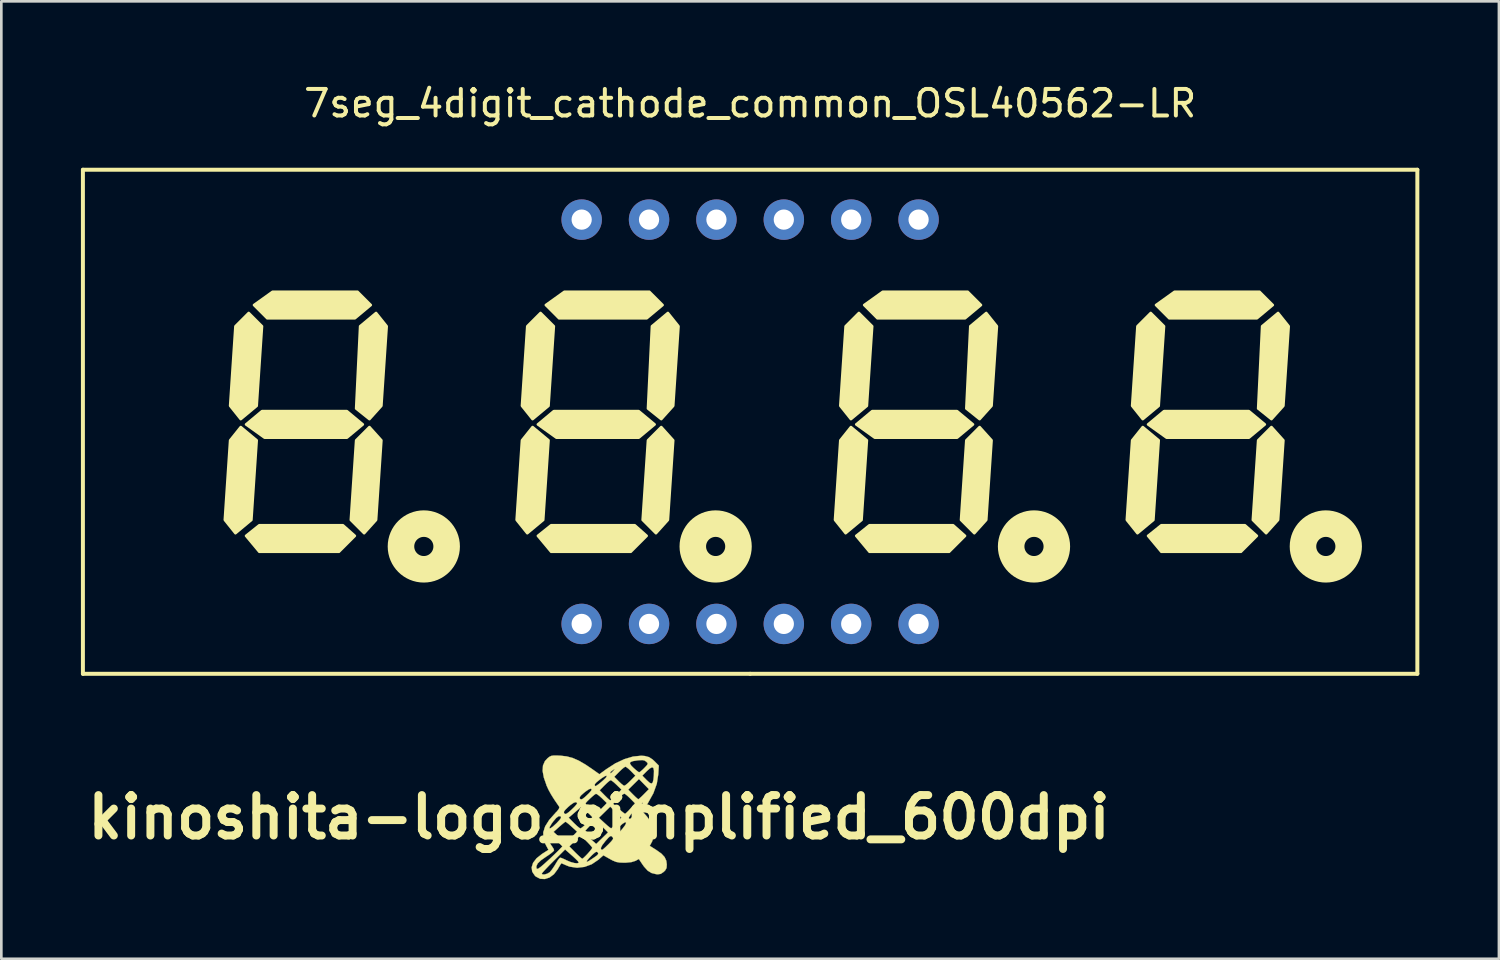
<source format=kicad_pcb>
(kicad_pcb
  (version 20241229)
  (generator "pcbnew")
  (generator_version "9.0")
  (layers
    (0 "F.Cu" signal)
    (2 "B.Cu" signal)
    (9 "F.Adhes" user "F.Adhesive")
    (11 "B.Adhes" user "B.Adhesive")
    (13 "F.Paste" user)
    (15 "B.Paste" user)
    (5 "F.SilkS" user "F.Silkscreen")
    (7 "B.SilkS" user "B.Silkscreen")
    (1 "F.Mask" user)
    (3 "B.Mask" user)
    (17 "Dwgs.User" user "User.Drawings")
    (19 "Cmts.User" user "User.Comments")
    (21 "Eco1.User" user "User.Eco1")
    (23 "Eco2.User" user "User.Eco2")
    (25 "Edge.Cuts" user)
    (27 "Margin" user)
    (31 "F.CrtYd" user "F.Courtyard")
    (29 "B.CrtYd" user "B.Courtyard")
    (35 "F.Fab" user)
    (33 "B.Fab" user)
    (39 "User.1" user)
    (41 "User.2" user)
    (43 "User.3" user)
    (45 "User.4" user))
  (footprint "7seg_4digit_cathode_common_OSL40562-LR"
    (layer "F.Cu")
    (at 25.225 12.848)
    (property "Reference" "7seg_4digit_cathode_common_OSL40562-LR" (at 0 -12 0) (layer "F.SilkS") (effects (font (size 1 1) (thickness 0.15))))
    (attr through_hole)
    (fp_line (start -25.15 -9.5) (end -25.15 9.5) (stroke (width 0.15) (type solid)) (layer "F.SilkS"))
    (fp_line (start -25.15 9.5) (end 0 9.5) (stroke (width 0.15) (type solid)) (layer "F.SilkS"))
    (fp_line (start 0 9.5) (end 25.15 9.5) (stroke (width 0.15) (type solid)) (layer "F.SilkS"))
    (fp_line (start 25.15 -9.5) (end -25.15 -9.5) (stroke (width 0.15) (type solid)) (layer "F.SilkS"))
    (fp_line (start 25.15 9.5) (end 25.15 -9.5) (stroke (width 0.15) (type solid)) (layer "F.SilkS"))
    (fp_circle (center -12.3 4.7) (end -11.939 4.7) (stroke (width 1) (type solid)) (fill no) (layer "F.SilkS"))
    (fp_circle (center -1.3 4.7) (end -0.939 4.7) (stroke (width 1) (type solid)) (fill no) (layer "F.SilkS"))
    (fp_circle (center 10.7 4.7) (end 11.061 4.7) (stroke (width 1) (type solid)) (fill no) (layer "F.SilkS"))
    (fp_circle (center 21.7 4.7) (end 22.061 4.7) (stroke (width 1) (type solid)) (fill no) (layer "F.SilkS"))
    (fp_poly (pts (xy -19.8 3.7) (xy -19.4 4.2) (xy -18.8 3.7) (xy -18.6 0.7) (xy -19.2 0.2) (xy -19.6 0.7)) (stroke (width 0.1) (type solid)) (fill yes) (layer "F.SilkS"))
    (fp_poly (pts (xy -19.6 -0.6) (xy -19.2 -0.1) (xy -18.6 -0.6) (xy -18.4 -3.6) (xy -18.9 -4.1) (xy -19.4 -3.6)) (stroke (width 0.1) (type solid)) (fill yes) (layer "F.SilkS"))
    (fp_poly (pts (xy -18.5 3.9) (xy -19 4.3) (xy -18.5 4.9) (xy -15.5 4.9) (xy -14.9 4.3) (xy -15.35 3.9)) (stroke (width 0.1) (type solid)) (fill yes) (layer "F.SilkS"))
    (fp_poly (pts (xy -18.4 -0.4) (xy -19 0.1) (xy -18.3 0.6) (xy -15.2 0.6) (xy -14.6 0.1) (xy -15.2 -0.4)) (stroke (width 0.1) (type solid)) (fill yes) (layer "F.SilkS"))
    (fp_poly (pts (xy -18 -4.9) (xy -18.7 -4.4) (xy -18.2 -3.9) (xy -14.9 -3.9) (xy -14.3 -4.4) (xy -14.8 -4.9)) (stroke (width 0.1) (type solid)) (fill yes) (layer "F.SilkS"))
    (fp_poly (pts (xy -15.05 3.7) (xy -14.55 4.2) (xy -14.1 3.7) (xy -13.9 0.7) (xy -14.35 0.2) (xy -14.85 0.7)) (stroke (width 0.1) (type solid)) (fill yes) (layer "F.SilkS"))
    (fp_poly (pts (xy -13.7 -3.6) (xy -14.1 -4.1) (xy -14.7 -3.6) (xy -14.85 -0.5) (xy -14.35 -0.1) (xy -13.9 -0.6)) (stroke (width 0.1) (type solid)) (fill yes) (layer "F.SilkS"))
    (fp_poly (pts (xy -8.8 3.7) (xy -8.4 4.2) (xy -7.8 3.7) (xy -7.6 0.7) (xy -8.2 0.2) (xy -8.6 0.7)) (stroke (width 0.1) (type solid)) (fill yes) (layer "F.SilkS"))
    (fp_poly (pts (xy -8.6 -0.6) (xy -8.2 -0.1) (xy -7.6 -0.6) (xy -7.4 -3.6) (xy -7.9 -4.1) (xy -8.4 -3.6)) (stroke (width 0.1) (type solid)) (fill yes) (layer "F.SilkS"))
    (fp_poly (pts (xy -7.5 3.9) (xy -8 4.3) (xy -7.5 4.9) (xy -4.5 4.9) (xy -3.9 4.3) (xy -4.35 3.9)) (stroke (width 0.1) (type solid)) (fill yes) (layer "F.SilkS"))
    (fp_poly (pts (xy -7.4 -0.4) (xy -8 0.1) (xy -7.3 0.6) (xy -4.2 0.6) (xy -3.6 0.1) (xy -4.2 -0.4)) (stroke (width 0.1) (type solid)) (fill yes) (layer "F.SilkS"))
    (fp_poly (pts (xy -7 -4.9) (xy -7.7 -4.4) (xy -7.2 -3.9) (xy -3.9 -3.9) (xy -3.3 -4.4) (xy -3.8 -4.9)) (stroke (width 0.1) (type solid)) (fill yes) (layer "F.SilkS"))
    (fp_poly (pts (xy -4.05 3.7) (xy -3.55 4.2) (xy -3.1 3.7) (xy -2.9 0.7) (xy -3.35 0.2) (xy -3.85 0.7)) (stroke (width 0.1) (type solid)) (fill yes) (layer "F.SilkS"))
    (fp_poly (pts (xy -2.7 -3.6) (xy -3.1 -4.1) (xy -3.7 -3.6) (xy -3.85 -0.5) (xy -3.35 -0.1) (xy -2.9 -0.6)) (stroke (width 0.1) (type solid)) (fill yes) (layer "F.SilkS"))
    (fp_poly (pts (xy 3.2 3.7) (xy 3.6 4.2) (xy 4.2 3.7) (xy 4.4 0.7) (xy 3.8 0.2) (xy 3.4 0.7)) (stroke (width 0.1) (type solid)) (fill yes) (layer "F.SilkS"))
    (fp_poly (pts (xy 3.4 -0.6) (xy 3.8 -0.1) (xy 4.4 -0.6) (xy 4.6 -3.6) (xy 4.1 -4.1) (xy 3.6 -3.6)) (stroke (width 0.1) (type solid)) (fill yes) (layer "F.SilkS"))
    (fp_poly (pts (xy 4.5 3.9) (xy 4 4.3) (xy 4.5 4.9) (xy 7.5 4.9) (xy 8.1 4.3) (xy 7.65 3.9)) (stroke (width 0.1) (type solid)) (fill yes) (layer "F.SilkS"))
    (fp_poly (pts (xy 4.6 -0.4) (xy 4 0.1) (xy 4.7 0.6) (xy 7.8 0.6) (xy 8.4 0.1) (xy 7.8 -0.4)) (stroke (width 0.1) (type solid)) (fill yes) (layer "F.SilkS"))
    (fp_poly (pts (xy 5 -4.9) (xy 4.3 -4.4) (xy 4.8 -3.9) (xy 8.1 -3.9) (xy 8.7 -4.4) (xy 8.2 -4.9)) (stroke (width 0.1) (type solid)) (fill yes) (layer "F.SilkS"))
    (fp_poly (pts (xy 7.95 3.7) (xy 8.45 4.2) (xy 8.9 3.7) (xy 9.1 0.7) (xy 8.65 0.2) (xy 8.15 0.7)) (stroke (width 0.1) (type solid)) (fill yes) (layer "F.SilkS"))
    (fp_poly (pts (xy 9.3 -3.6) (xy 8.9 -4.1) (xy 8.3 -3.6) (xy 8.15 -0.5) (xy 8.65 -0.1) (xy 9.1 -0.6)) (stroke (width 0.1) (type solid)) (fill yes) (layer "F.SilkS"))
    (fp_poly (pts (xy 14.2 3.7) (xy 14.6 4.2) (xy 15.2 3.7) (xy 15.4 0.7) (xy 14.8 0.2) (xy 14.4 0.7)) (stroke (width 0.1) (type solid)) (fill yes) (layer "F.SilkS"))
    (fp_poly (pts (xy 14.4 -0.6) (xy 14.8 -0.1) (xy 15.4 -0.6) (xy 15.6 -3.6) (xy 15.1 -4.1) (xy 14.6 -3.6)) (stroke (width 0.1) (type solid)) (fill yes) (layer "F.SilkS"))
    (fp_poly (pts (xy 15.5 3.9) (xy 15 4.3) (xy 15.5 4.9) (xy 18.5 4.9) (xy 19.1 4.3) (xy 18.65 3.9)) (stroke (width 0.1) (type solid)) (fill yes) (layer "F.SilkS"))
    (fp_poly (pts (xy 15.6 -0.4) (xy 15 0.1) (xy 15.7 0.6) (xy 18.8 0.6) (xy 19.4 0.1) (xy 18.8 -0.4)) (stroke (width 0.1) (type solid)) (fill yes) (layer "F.SilkS"))
    (fp_poly (pts (xy 16 -4.9) (xy 15.3 -4.4) (xy 15.8 -3.9) (xy 19.1 -3.9) (xy 19.7 -4.4) (xy 19.2 -4.9)) (stroke (width 0.1) (type solid)) (fill yes) (layer "F.SilkS"))
    (fp_poly (pts (xy 18.95 3.7) (xy 19.45 4.2) (xy 19.9 3.7) (xy 20.1 0.7) (xy 19.65 0.2) (xy 19.15 0.7)) (stroke (width 0.1) (type solid)) (fill yes) (layer "F.SilkS"))
    (fp_poly (pts (xy 20.3 -3.6) (xy 19.9 -4.1) (xy 19.3 -3.6) (xy 19.15 -0.5) (xy 19.65 -0.1) (xy 20.1 -0.6)) (stroke (width 0.1) (type solid)) (fill yes) (layer "F.SilkS"))
    (pad "1" thru_hole circle (at -6.35 7.62) (size 1.524 1.524) (drill 0.762) (layers "*.Cu" "*.Mask"))
    (pad "2" thru_hole circle (at -3.81 7.62) (size 1.524 1.524) (drill 0.762) (layers "*.Cu" "*.Mask"))
    (pad "3" thru_hole circle (at -1.27 7.62) (size 1.524 1.524) (drill 0.762) (layers "*.Cu" "*.Mask"))
    (pad "4" thru_hole circle (at 1.27 7.62) (size 1.524 1.524) (drill 0.762) (layers "*.Cu" "*.Mask"))
    (pad "5" thru_hole circle (at 3.81 7.62) (size 1.524 1.524) (drill 0.762) (layers "*.Cu" "*.Mask"))
    (pad "6" thru_hole circle (at 6.35 7.62) (size 1.524 1.524) (drill 0.762) (layers "*.Cu" "*.Mask"))
    (pad "7" thru_hole circle (at 6.35 -7.62) (size 1.524 1.524) (drill 0.762) (layers "*.Cu" "*.Mask"))
    (pad "8" thru_hole circle (at 3.81 -7.62) (size 1.524 1.524) (drill 0.762) (layers "*.Cu" "*.Mask"))
    (pad "9" thru_hole circle (at 1.27 -7.62) (size 1.524 1.524) (drill 0.762) (layers "*.Cu" "*.Mask"))
    (pad "10" thru_hole circle (at -1.27 -7.62) (size 1.524 1.524) (drill 0.762) (layers "*.Cu" "*.Mask"))
    (pad "11" thru_hole circle (at -3.81 -7.62) (size 1.524 1.524) (drill 0.762) (layers "*.Cu" "*.Mask"))
    (pad "12" thru_hole circle (at -6.35 -7.62) (size 1.524 1.524) (drill 0.762) (layers "*.Cu" "*.Mask")))
  (footprint "kinoshita-logo_simplified_600dpi"
    (layer "F.Cu")
    (at 19.529 27.754)
    (property "Reference" "kinoshita-logo_simplified_600dpi" (at 0 0 0) (layer "F.SilkS") (effects (font (size 1.524 1.524) (thickness 0.3))))
    (attr through_hole)
    (fp_poly (pts (xy -1.572 -2.325) (xy -1.456 -2.32) (xy -1.218 -2.293) (xy -0.993 -2.233) (xy -0.761 -2.132) (xy -0.506 -1.983) (xy -0.278 -1.829) (xy 0.016 -1.621) (xy 0.101 -1.683) (xy 0.423 -1.683) (xy 0.435 -1.654) (xy 0.477 -1.682) (xy 0.533 -1.742) (xy 0.587 -1.804) (xy 0.581 -1.811) (xy 0.519 -1.774) (xy 0.447 -1.719) (xy 0.423 -1.683) (xy 0.101 -1.683) (xy 0.265 -1.804) (xy 0.606 -2.024) (xy 1.165 -2.024) (xy 1.217 -1.943) (xy 1.3 -1.86) (xy 1.402 -1.77) (xy 1.482 -1.709) (xy 1.514 -1.693) (xy 1.561 -1.721) (xy 1.644 -1.793) (xy 1.707 -1.855) (xy 1.797 -1.95) (xy 1.834 -2.006) (xy 1.826 -2.047) (xy 1.78 -2.094) (xy 1.715 -2.138) (xy 1.63 -2.154) (xy 1.498 -2.147) (xy 1.451 -2.142) (xy 1.277 -2.115) (xy 1.183 -2.079) (xy 1.165 -2.024) (xy 0.606 -2.024) (xy 0.609 -2.026) (xy 0.952 -2.188) (xy 1.283 -2.287) (xy 1.59 -2.318) (xy 1.731 -2.307) (xy 1.885 -2.265) (xy 2.019 -2.177) (xy 2.089 -2.112) (xy 2.254 -1.946) (xy 2.234 -1.619) (xy 2.178 -1.262) (xy 2.049 -0.904) (xy 1.844 -0.535) (xy 1.816 -0.493) (xy 1.734 -0.365) (xy 1.675 -0.266) (xy 1.651 -0.214) (xy 1.651 -0.213) (xy 1.679 -0.165) (xy 1.741 -0.102) (xy 1.812 -0.02) (xy 1.899 0.104) (xy 1.952 0.191) (xy 2.05 0.433) (xy 2.069 0.672) (xy 2.008 0.899) (xy 1.992 0.931) (xy 1.913 1.079) (xy 2.16 1.235) (xy 2.352 1.372) (xy 2.473 1.502) (xy 2.537 1.643) (xy 2.555 1.783) (xy 2.545 1.914) (xy 2.493 2.007) (xy 2.436 2.062) (xy 2.329 2.135) (xy 2.216 2.152) (xy 2.15 2.146) (xy 1.977 2.102) (xy 1.834 2.013) (xy 1.698 1.863) (xy 1.64 1.782) (xy 1.501 1.575) (xy 1.375 1.644) (xy 1.226 1.691) (xy 1.01 1.713) (xy 0.953 1.714) (xy 0.776 1.708) (xy 0.644 1.684) (xy 0.514 1.631) (xy 0.411 1.575) (xy 0.165 1.436) (xy -0.026 1.604) (xy -0.272 1.771) (xy -0.545 1.872) (xy -0.828 1.904) (xy -1.102 1.864) (xy -1.222 1.819) (xy -1.332 1.77) (xy -1.404 1.74) (xy -1.419 1.736) (xy -1.444 1.769) (xy -1.498 1.857) (xy -1.559 1.962) (xy -1.698 2.147) (xy -1.863 2.271) (xy -2.041 2.33) (xy -2.218 2.321) (xy -2.379 2.238) (xy -2.416 2.205) (xy -2.469 2.126) (xy -2.159 2.126) (xy -2.126 2.159) (xy -2.047 2.157) (xy -1.949 2.128) (xy -1.862 2.076) (xy -1.848 2.063) (xy -1.773 1.972) (xy -1.684 1.841) (xy -1.627 1.746) (xy -1.555 1.628) (xy -1.493 1.548) (xy -1.46 1.524) (xy -1.402 1.542) (xy -1.295 1.588) (xy -1.21 1.63) (xy -1.069 1.689) (xy -0.934 1.726) (xy -0.827 1.737) (xy -0.767 1.718) (xy -0.762 1.703) (xy -0.791 1.662) (xy -0.466 1.662) (xy -0.458 1.68) (xy -0.428 1.673) (xy -0.36 1.634) (xy -0.242 1.556) (xy -0.178 1.513) (xy -0.072 1.436) (xy -0.03 1.383) (xy -0.039 1.338) (xy -0.047 1.328) (xy -0.084 1.302) (xy -0.135 1.317) (xy -0.214 1.381) (xy -0.282 1.446) (xy -0.379 1.547) (xy -0.446 1.627) (xy -0.466 1.662) (xy -0.791 1.662) (xy -0.792 1.661) (xy -0.871 1.58) (xy -0.983 1.475) (xy -1.02 1.443) (xy -1.278 1.216) (xy -1.718 1.655) (xy -1.874 1.812) (xy -2.005 1.949) (xy -2.102 2.054) (xy -2.153 2.116) (xy -2.159 2.126) (xy -2.469 2.126) (xy -2.518 2.053) (xy -2.54 1.888) (xy -2.527 1.85) (xy -2.363 1.85) (xy -2.355 1.928) (xy -2.331 1.95) (xy -2.283 1.934) (xy -2.2 1.875) (xy -2.072 1.766) (xy -2 1.701) (xy -1.843 1.558) (xy -1.693 1.416) (xy -1.572 1.299) (xy -1.525 1.252) (xy -1.381 1.101) (xy -1.119 1.101) (xy -0.889 1.334) (xy -0.776 1.444) (xy -0.687 1.526) (xy -0.635 1.565) (xy -0.631 1.566) (xy -0.59 1.538) (xy -0.511 1.463) (xy -0.429 1.377) (xy -0.336 1.271) (xy -0.273 1.189) (xy -0.257 1.159) (xy 0.069 1.159) (xy 0.08 1.217) (xy 0.121 1.228) (xy 0.163 1.2) (xy 0.247 1.126) (xy 0.354 1.022) (xy 0.36 1.016) (xy 0.468 0.903) (xy 0.522 0.832) (xy 0.533 0.784) (xy 0.508 0.744) (xy 0.502 0.738) (xy 0.462 0.709) (xy 0.42 0.715) (xy 0.359 0.766) (xy 0.264 0.872) (xy 0.235 0.905) (xy 0.121 1.054) (xy 0.069 1.159) (xy -0.257 1.159) (xy -0.254 1.153) (xy -0.282 1.109) (xy -0.356 1.023) (xy -0.461 0.914) (xy -0.478 0.898) (xy -0.701 0.677) (xy -0.91 0.889) (xy -1.119 1.101) (xy -1.381 1.101) (xy -1.379 1.099) (xy -1.597 0.881) (xy -1.714 0.768) (xy -1.791 0.71) (xy -1.843 0.697) (xy -1.879 0.716) (xy -1.916 0.798) (xy -1.885 0.92) (xy -1.789 1.075) (xy -1.777 1.09) (xy -1.718 1.18) (xy -1.693 1.247) (xy -1.693 1.248) (xy -1.727 1.292) (xy -1.816 1.366) (xy -1.944 1.456) (xy -1.987 1.483) (xy -2.188 1.623) (xy -2.312 1.743) (xy -2.363 1.85) (xy -2.527 1.85) (xy -2.485 1.718) (xy -2.354 1.548) (xy -2.151 1.386) (xy -2.141 1.38) (xy -1.906 1.23) (xy -2.012 1.032) (xy -2.096 0.804) (xy -2.102 0.576) (xy -2.095 0.553) (xy -1.714 0.553) (xy -1.252 0.976) (xy -1.039 0.76) (xy -0.85 0.57) (xy -0.55 0.57) (xy -0.521 0.618) (xy -0.443 0.703) (xy -0.334 0.807) (xy -0.328 0.812) (xy -0.106 1.009) (xy 0.117 0.791) (xy 0.334 0.579) (xy 0.608 0.579) (xy 0.611 0.588) (xy 0.65 0.627) (xy 0.701 0.619) (xy 0.776 0.556) (xy 0.884 0.435) (xy 0.985 0.302) (xy 1.022 0.217) (xy 1.014 0.193) (xy 0.965 0.197) (xy 0.884 0.25) (xy 0.789 0.334) (xy 0.698 0.428) (xy 0.632 0.516) (xy 0.608 0.579) (xy 0.334 0.579) (xy 0.34 0.573) (xy 0.107 0.341) (xy -0.126 0.108) (xy -0.338 0.317) (xy -0.444 0.427) (xy -0.52 0.517) (xy -0.55 0.569) (xy -0.55 0.57) (xy -0.85 0.57) (xy -0.826 0.545) (xy -1.031 0.357) (xy -1.139 0.261) (xy -1.223 0.194) (xy -1.264 0.171) (xy -1.307 0.198) (xy -1.393 0.268) (xy -1.503 0.363) (xy -1.714 0.553) (xy -2.095 0.553) (xy -2.054 0.419) (xy -1.868 0.419) (xy -1.828 0.416) (xy -1.742 0.356) (xy -1.617 0.241) (xy -1.594 0.219) (xy -1.488 0.105) (xy -1.437 0.033) (xy -1.436 0.017) (xy -1.144 0.017) (xy -0.944 0.22) (xy -0.837 0.323) (xy -0.749 0.396) (xy -0.702 0.423) (xy -0.652 0.396) (xy -0.563 0.323) (xy -0.457 0.224) (xy -0.354 0.119) (xy -0.281 0.038) (xy -0.27 0.021) (xy -0.006 0.021) (xy 0.212 0.222) (xy 0.323 0.321) (xy 0.411 0.392) (xy 0.457 0.419) (xy 0.458 0.419) (xy 0.499 0.388) (xy 0.578 0.31) (xy 0.665 0.215) (xy 0.822 0.04) (xy 1.121 0.04) (xy 1.154 0.066) (xy 1.203 0.043) (xy 1.277 -0.037) (xy 1.385 -0.18) (xy 1.391 -0.189) (xy 1.46 -0.292) (xy 1.495 -0.362) (xy 1.493 -0.381) (xy 1.437 -0.352) (xy 1.354 -0.278) (xy 1.263 -0.181) (xy 1.182 -0.082) (xy 1.129 0.000276) (xy 1.121 0.04) (xy 0.822 0.04) (xy 0.844 0.015) (xy 0.634 -0.192) (xy 0.423 -0.399) (xy 0.209 -0.189) (xy -0.006 0.021) (xy -0.27 0.021) (xy -0.254 -0.002) (xy -0.284 -0.041) (xy -0.362 -0.117) (xy -0.466 -0.208) (xy -0.677 -0.386) (xy -1.144 0.017) (xy -1.436 0.017) (xy -1.433 -0.013) (xy -1.451 -0.035) (xy -1.52 -0.04) (xy -1.615 0.029) (xy -1.734 0.169) (xy -1.793 0.253) (xy -1.858 0.365) (xy -1.868 0.419) (xy -2.054 0.419) (xy -2.03 0.344) (xy -1.878 0.103) (xy -1.702 -0.096) (xy -1.638 -0.165) (xy -1.322 -0.165) (xy -1.309 -0.144) (xy -1.273 -0.12) (xy -1.221 -0.134) (xy -1.139 -0.194) (xy -1.036 -0.285) (xy -0.928 -0.39) (xy -0.852 -0.477) (xy -0.827 -0.52) (xy -0.508 -0.52) (xy -0.48 -0.476) (xy -0.411 -0.396) (xy -0.321 -0.3) (xy -0.229 -0.209) (xy -0.157 -0.145) (xy -0.127 -0.127) (xy -0.087 -0.155) (xy -0.006 -0.228) (xy 0.097 -0.33) (xy 0.272 -0.507) (xy 0.532 -0.507) (xy 0.742 -0.319) (xy 0.853 -0.223) (xy 0.939 -0.155) (xy 0.981 -0.129) (xy 1.021 -0.157) (xy 1.099 -0.233) (xy 1.183 -0.325) (xy 1.357 -0.523) (xy 1.352 -0.529) (xy 1.609 -0.529) (xy 1.63 -0.508) (xy 1.651 -0.529) (xy 1.63 -0.55) (xy 1.609 -0.529) (xy 1.352 -0.529) (xy 1.178 -0.706) (xy 1.075 -0.803) (xy 0.992 -0.87) (xy 0.953 -0.889) (xy 0.901 -0.861) (xy 0.812 -0.787) (xy 0.719 -0.698) (xy 0.532 -0.507) (xy 0.272 -0.507) (xy 0.297 -0.532) (xy 0.11 -0.716) (xy 0.006 -0.809) (xy -0.078 -0.87) (xy -0.118 -0.883) (xy -0.175 -0.846) (xy -0.263 -0.772) (xy -0.361 -0.683) (xy -0.448 -0.597) (xy -0.501 -0.536) (xy -0.508 -0.52) (xy -0.827 -0.52) (xy -0.823 -0.527) (xy -0.823 -0.529) (xy -0.864 -0.571) (xy -0.951 -0.547) (xy -1.077 -0.461) (xy -1.161 -0.388) (xy -1.269 -0.283) (xy -1.32 -0.214) (xy -1.322 -0.165) (xy -1.638 -0.165) (xy -1.578 -0.229) (xy -1.511 -0.32) (xy -1.495 -0.379) (xy -1.503 -0.399) (xy -1.678 -0.654) (xy -1.742 -0.756) (xy -0.728 -0.756) (xy -0.726 -0.709) (xy -0.716 -0.694) (xy -0.679 -0.67) (xy -0.625 -0.687) (xy -0.54 -0.752) (xy -0.471 -0.815) (xy -0.369 -0.915) (xy -0.298 -0.997) (xy -0.287 -1.016) (xy 0.025 -1.016) (xy 0.212 -0.826) (xy 0.312 -0.727) (xy 0.389 -0.658) (xy 0.423 -0.635) (xy 0.463 -0.663) (xy 0.544 -0.736) (xy 0.647 -0.838) (xy 0.847 -1.04) (xy 1.101 -1.04) (xy 1.279 -0.859) (xy 1.377 -0.763) (xy 1.452 -0.697) (xy 1.482 -0.677) (xy 1.522 -0.705) (xy 1.602 -0.778) (xy 1.693 -0.868) (xy 1.88 -1.058) (xy 1.693 -1.249) (xy 1.506 -1.44) (xy 1.303 -1.24) (xy 1.101 -1.04) (xy 0.847 -1.04) (xy 0.847 -1.04) (xy 0.665 -1.219) (xy 0.562 -1.314) (xy 0.479 -1.378) (xy 0.441 -1.397) (xy 0.391 -1.369) (xy 0.304 -1.295) (xy 0.212 -1.206) (xy 0.025 -1.016) (xy -0.287 -1.016) (xy -0.275 -1.037) (xy -0.302 -1.078) (xy -0.38 -1.055) (xy -0.508 -0.968) (xy -0.572 -0.917) (xy -0.68 -0.82) (xy -0.728 -0.756) (xy -1.742 -0.756) (xy -1.808 -0.861) (xy -1.905 -1.037) (xy -1.975 -1.192) (xy -1.978 -1.203) (xy -0.163 -1.203) (xy -0.142 -1.172) (xy -0.102 -1.185) (xy -0.021 -1.241) (xy 0.078 -1.321) (xy 0.177 -1.408) (xy 0.255 -1.486) (xy 0.283 -1.524) (xy 0.575 -1.524) (xy 0.741 -1.355) (xy 0.84 -1.261) (xy 0.919 -1.2) (xy 0.952 -1.185) (xy 1.004 -1.214) (xy 1.093 -1.287) (xy 1.185 -1.376) (xy 1.372 -1.566) (xy 1.37 -1.568) (xy 1.632 -1.568) (xy 1.798 -1.398) (xy 1.905 -1.3) (xy 1.977 -1.268) (xy 2.024 -1.307) (xy 2.052 -1.421) (xy 2.066 -1.569) (xy 2.071 -1.752) (xy 2.05 -1.856) (xy 2 -1.884) (xy 1.915 -1.84) (xy 1.81 -1.746) (xy 1.632 -1.568) (xy 1.37 -1.568) (xy 1.207 -1.736) (xy 1.108 -1.829) (xy 1.028 -1.89) (xy 0.995 -1.905) (xy 0.943 -1.877) (xy 0.854 -1.803) (xy 0.762 -1.715) (xy 0.575 -1.524) (xy 0.283 -1.524) (xy 0.289 -1.533) (xy 0.284 -1.567) (xy 0.223 -1.548) (xy 0.113 -1.479) (xy 0.027 -1.416) (xy -0.095 -1.318) (xy -0.155 -1.251) (xy -0.163 -1.203) (xy -1.978 -1.203) (xy -2.08 -1.495) (xy -2.126 -1.745) (xy -2.112 -1.949) (xy -2.039 -2.115) (xy -1.937 -2.225) (xy -1.865 -2.281) (xy -1.796 -2.313) (xy -1.706 -2.326) (xy -1.572 -2.325)) (stroke (width 0.01) (type solid)) (fill yes) (layer "F.SilkS")))
  (gr_rect
    (start -3 -3)
    (end 53.45 33.09)
    (stroke (width 0.1) (type default))
    (fill no)
    (layer "Edge.Cuts")))
</source>
